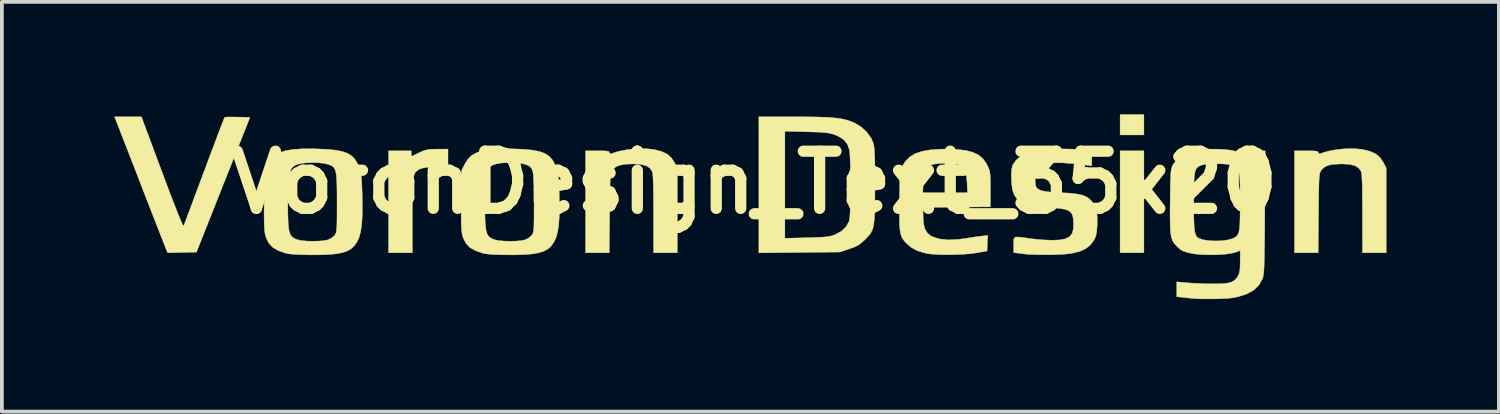
<source format=kicad_pcb>
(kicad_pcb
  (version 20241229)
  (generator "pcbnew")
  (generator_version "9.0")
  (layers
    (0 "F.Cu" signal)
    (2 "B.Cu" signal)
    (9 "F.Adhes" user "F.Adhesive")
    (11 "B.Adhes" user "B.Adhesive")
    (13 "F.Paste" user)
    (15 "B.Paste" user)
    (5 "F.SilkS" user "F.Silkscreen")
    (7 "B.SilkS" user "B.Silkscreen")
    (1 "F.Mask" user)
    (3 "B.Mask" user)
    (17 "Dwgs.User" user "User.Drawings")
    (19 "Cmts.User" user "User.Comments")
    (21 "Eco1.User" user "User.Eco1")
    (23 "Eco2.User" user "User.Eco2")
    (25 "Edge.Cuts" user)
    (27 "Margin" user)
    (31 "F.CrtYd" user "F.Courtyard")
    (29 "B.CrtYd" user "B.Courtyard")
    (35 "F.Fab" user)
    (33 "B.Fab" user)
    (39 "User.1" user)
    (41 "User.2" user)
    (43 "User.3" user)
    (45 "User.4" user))
  (footprint "VoronDesign_Text_35x20"
    (layer "F.Cu")
    (at 17.068 1.817)
    (property "Reference" "VoronDesign_Text_35x20" (at 0 0 0) (layer "F.SilkS") (effects (font (size 1.524 1.524) (thickness 0.3))))
    (attr through_hole)
    (fp_poly (pts (xy 10.39 -1.268) (xy 9.755 -1.268) (xy 9.755 -1.812) (xy 10.39 -1.812) (xy 10.39 -1.268)) (stroke (width 0.01) (type solid)) (fill yes) (layer "F.SilkS"))
    (fp_poly (pts (xy 10.39 1.873) (xy 9.755 1.873) (xy 9.755 -0.846) (xy 10.39 -0.846) (xy 10.39 1.873)) (stroke (width 0.01) (type solid)) (fill yes) (layer "F.SilkS"))
    (fp_poly (pts (xy -8.17 -0.438) (xy -8.502 -0.422) (xy -8.685 -0.409) (xy -8.817 -0.391) (xy -8.909 -0.364) (xy -8.935 -0.352) (xy -8.983 -0.324) (xy -9.021 -0.292) (xy -9.052 -0.25) (xy -9.076 -0.193) (xy -9.094 -0.113) (xy -9.106 -0.004) (xy -9.114 0.139) (xy -9.118 0.323) (xy -9.12 0.554) (xy -9.121 0.838) (xy -9.121 0.89) (xy -9.121 1.873) (xy -9.755 1.873) (xy -9.755 -0.846) (xy -9.151 -0.846) (xy -9.151 -0.768) (xy -9.144 -0.714) (xy -9.129 -0.701) (xy -8.977 -0.777) (xy -8.864 -0.829) (xy -8.772 -0.862) (xy -8.686 -0.88) (xy -8.591 -0.888) (xy -8.469 -0.89) (xy -8.457 -0.89) (xy -8.17 -0.891) (xy -8.17 -0.438)) (stroke (width 0.01) (type solid)) (fill yes) (layer "F.SilkS"))
    (fp_poly (pts (xy -2.683 -0.881) (xy -2.673 -0.879) (xy -2.473 -0.828) (xy -2.322 -0.756) (xy -2.21 -0.656) (xy -2.138 -0.546) (xy -2.054 -0.386) (xy -2.054 1.873) (xy -2.688 1.873) (xy -2.688 0.823) (xy -2.689 0.516) (xy -2.691 0.264) (xy -2.695 0.065) (xy -2.7 -0.087) (xy -2.707 -0.196) (xy -2.716 -0.267) (xy -2.726 -0.3) (xy -2.791 -0.388) (xy -2.888 -0.448) (xy -3.024 -0.483) (xy -3.208 -0.495) (xy -3.263 -0.495) (xy -3.451 -0.486) (xy -3.591 -0.461) (xy -3.694 -0.416) (xy -3.77 -0.348) (xy -3.798 -0.31) (xy -3.812 -0.284) (xy -3.824 -0.247) (xy -3.833 -0.195) (xy -3.84 -0.121) (xy -3.846 -0.018) (xy -3.851 0.119) (xy -3.854 0.298) (xy -3.857 0.523) (xy -3.86 0.803) (xy -3.86 0.822) (xy -3.869 1.873) (xy -4.5 1.873) (xy -4.5 -0.846) (xy -4.183 -0.846) (xy -4.04 -0.844) (xy -3.946 -0.84) (xy -3.893 -0.83) (xy -3.87 -0.814) (xy -3.866 -0.797) (xy -3.85 -0.764) (xy -3.813 -0.771) (xy -3.619 -0.832) (xy -3.387 -0.876) (xy -3.14 -0.901) (xy -2.898 -0.903) (xy -2.683 -0.881)) (stroke (width 0.01) (type solid)) (fill yes) (layer "F.SilkS"))
    (fp_poly (pts (xy 16.223 -0.881) (xy 16.234 -0.879) (xy 16.433 -0.828) (xy 16.584 -0.756) (xy 16.697 -0.656) (xy 16.769 -0.546) (xy 16.853 -0.386) (xy 16.853 1.873) (xy 16.219 1.873) (xy 16.218 0.823) (xy 16.217 0.516) (xy 16.215 0.264) (xy 16.212 0.065) (xy 16.206 -0.087) (xy 16.199 -0.196) (xy 16.19 -0.267) (xy 16.18 -0.3) (xy 16.115 -0.388) (xy 16.018 -0.448) (xy 15.882 -0.483) (xy 15.699 -0.495) (xy 15.644 -0.495) (xy 15.455 -0.486) (xy 15.315 -0.461) (xy 15.213 -0.416) (xy 15.137 -0.348) (xy 15.109 -0.31) (xy 15.095 -0.284) (xy 15.083 -0.247) (xy 15.074 -0.195) (xy 15.066 -0.121) (xy 15.06 -0.018) (xy 15.056 0.119) (xy 15.053 0.298) (xy 15.05 0.523) (xy 15.047 0.803) (xy 15.047 0.822) (xy 15.038 1.873) (xy 14.406 1.873) (xy 14.406 -0.846) (xy 14.724 -0.846) (xy 14.867 -0.844) (xy 14.96 -0.84) (xy 15.013 -0.83) (xy 15.037 -0.814) (xy 15.041 -0.797) (xy 15.056 -0.764) (xy 15.094 -0.771) (xy 15.288 -0.832) (xy 15.519 -0.876) (xy 15.767 -0.901) (xy 16.008 -0.903) (xy 16.223 -0.881)) (stroke (width 0.01) (type solid)) (fill yes) (layer "F.SilkS"))
    (fp_poly (pts (xy -15.793 -0.269) (xy -15.656 0.097) (xy -15.538 0.408) (xy -15.439 0.663) (xy -15.359 0.864) (xy -15.298 1.013) (xy -15.254 1.11) (xy -15.227 1.156) (xy -15.219 1.158) (xy -15.204 1.119) (xy -15.171 1.03) (xy -15.12 0.895) (xy -15.055 0.721) (xy -14.977 0.512) (xy -14.889 0.275) (xy -14.792 0.016) (xy -14.688 -0.261) (xy -14.669 -0.311) (xy -14.566 -0.589) (xy -14.468 -0.849) (xy -14.379 -1.086) (xy -14.3 -1.295) (xy -14.233 -1.47) (xy -14.181 -1.605) (xy -14.145 -1.697) (xy -14.128 -1.738) (xy -14.127 -1.739) (xy -14.093 -1.744) (xy -14.011 -1.747) (xy -13.895 -1.747) (xy -13.782 -1.745) (xy -13.451 -1.737) (xy -14.165 0.06) (xy -14.878 1.857) (xy -15.263 1.866) (xy -15.647 1.874) (xy -15.692 1.768) (xy -15.711 1.72) (xy -15.749 1.621) (xy -15.806 1.478) (xy -15.877 1.294) (xy -15.962 1.077) (xy -16.058 0.831) (xy -16.163 0.562) (xy -16.274 0.276) (xy -16.337 0.113) (xy -16.451 -0.182) (xy -16.561 -0.465) (xy -16.664 -0.729) (xy -16.757 -0.969) (xy -16.839 -1.179) (xy -16.907 -1.353) (xy -16.958 -1.485) (xy -16.991 -1.57) (xy -17 -1.593) (xy -17.063 -1.752) (xy -16.346 -1.752) (xy -15.793 -0.269)) (stroke (width 0.01) (type solid)) (fill yes) (layer "F.SilkS"))
    (fp_poly (pts (xy 1.408 -1.751) (xy 1.675 -1.747) (xy 1.896 -1.74) (xy 2.079 -1.729) (xy 2.231 -1.713) (xy 2.36 -1.692) (xy 2.473 -1.664) (xy 2.577 -1.629) (xy 2.68 -1.586) (xy 2.849 -1.483) (xy 2.999 -1.343) (xy 3.114 -1.183) (xy 3.161 -1.079) (xy 3.177 -1.03) (xy 3.189 -0.974) (xy 3.199 -0.905) (xy 3.206 -0.816) (xy 3.211 -0.699) (xy 3.214 -0.548) (xy 3.216 -0.355) (xy 3.216 -0.113) (xy 3.217 0.06) (xy 3.216 0.361) (xy 3.214 0.609) (xy 3.21 0.809) (xy 3.202 0.969) (xy 3.188 1.096) (xy 3.169 1.197) (xy 3.142 1.278) (xy 3.106 1.345) (xy 3.061 1.407) (xy 3.004 1.469) (xy 2.96 1.515) (xy 2.863 1.605) (xy 2.776 1.669) (xy 2.677 1.719) (xy 2.541 1.768) (xy 2.535 1.77) (xy 2.28 1.855) (xy 1.201 1.866) (xy 0.121 1.877) (xy 0.121 1.487) (xy 0.815 1.487) (xy 1.397 1.473) (xy 1.607 1.467) (xy 1.768 1.46) (xy 1.89 1.452) (xy 1.983 1.44) (xy 2.058 1.423) (xy 2.126 1.402) (xy 2.146 1.394) (xy 2.318 1.303) (xy 2.447 1.181) (xy 2.526 1.037) (xy 2.534 1.012) (xy 2.544 0.942) (xy 2.553 0.822) (xy 2.559 0.662) (xy 2.564 0.473) (xy 2.566 0.264) (xy 2.567 0.046) (xy 2.566 -0.172) (xy 2.562 -0.378) (xy 2.557 -0.563) (xy 2.55 -0.717) (xy 2.541 -0.829) (xy 2.535 -0.874) (xy 2.482 -1.021) (xy 2.391 -1.136) (xy 2.253 -1.227) (xy 2.159 -1.268) (xy 2.089 -1.293) (xy 2.017 -1.311) (xy 1.933 -1.325) (xy 1.827 -1.335) (xy 1.687 -1.343) (xy 1.503 -1.349) (xy 1.397 -1.352) (xy 0.815 -1.367) (xy 0.815 1.487) (xy 0.121 1.487) (xy 0.121 -1.752) (xy 1.089 -1.752) (xy 1.408 -1.751)) (stroke (width 0.01) (type solid)) (fill yes) (layer "F.SilkS"))
    (fp_poly (pts (xy 5.405 -0.882) (xy 5.639 -0.855) (xy 5.828 -0.806) (xy 5.978 -0.734) (xy 6.096 -0.635) (xy 6.188 -0.507) (xy 6.211 -0.462) (xy 6.244 -0.393) (xy 6.267 -0.332) (xy 6.282 -0.267) (xy 6.291 -0.186) (xy 6.296 -0.077) (xy 6.297 0.074) (xy 6.297 0.181) (xy 6.297 0.649) (xy 5.399 0.657) (xy 4.5 0.665) (xy 4.501 0.899) (xy 4.513 1.095) (xy 4.55 1.242) (xy 4.618 1.351) (xy 4.718 1.43) (xy 4.746 1.444) (xy 4.932 1.505) (xy 5.162 1.53) (xy 5.434 1.518) (xy 5.618 1.493) (xy 5.767 1.47) (xy 5.912 1.448) (xy 6.03 1.433) (xy 6.08 1.427) (xy 6.225 1.413) (xy 6.207 1.827) (xy 5.92 1.877) (xy 5.744 1.901) (xy 5.536 1.917) (xy 5.311 1.925) (xy 5.085 1.927) (xy 4.874 1.921) (xy 4.693 1.907) (xy 4.572 1.888) (xy 4.358 1.825) (xy 4.187 1.735) (xy 4.045 1.611) (xy 4.039 1.605) (xy 3.989 1.545) (xy 3.949 1.487) (xy 3.918 1.421) (xy 3.896 1.341) (xy 3.881 1.239) (xy 3.872 1.107) (xy 3.869 0.937) (xy 3.869 0.721) (xy 3.871 0.468) (xy 3.874 0.272) (xy 4.493 0.272) (xy 5.685 0.272) (xy 5.673 0.004) (xy 5.657 -0.17) (xy 5.628 -0.296) (xy 5.578 -0.384) (xy 5.504 -0.444) (xy 5.45 -0.471) (xy 5.354 -0.495) (xy 5.22 -0.509) (xy 5.069 -0.513) (xy 4.92 -0.507) (xy 4.796 -0.49) (xy 4.733 -0.472) (xy 4.641 -0.425) (xy 4.578 -0.368) (xy 4.539 -0.288) (xy 4.517 -0.172) (xy 4.505 -0.013) (xy 4.493 0.272) (xy 3.874 0.272) (xy 3.875 0.225) (xy 3.878 0.035) (xy 3.883 -0.11) (xy 3.89 -0.218) (xy 3.899 -0.297) (xy 3.91 -0.354) (xy 3.925 -0.397) (xy 3.937 -0.423) (xy 4.032 -0.569) (xy 4.148 -0.684) (xy 4.293 -0.771) (xy 4.471 -0.832) (xy 4.692 -0.871) (xy 4.96 -0.889) (xy 5.119 -0.891) (xy 5.405 -0.882)) (stroke (width 0.01) (type solid)) (fill yes) (layer "F.SilkS"))
    (fp_poly (pts (xy 8.408 -0.892) (xy 8.58 -0.884) (xy 8.732 -0.875) (xy 8.853 -0.867) (xy 8.933 -0.859) (xy 8.959 -0.855) (xy 8.984 -0.821) (xy 8.998 -0.737) (xy 9 -0.642) (xy 9 -0.445) (xy 8.857 -0.464) (xy 8.513 -0.503) (xy 8.225 -0.524) (xy 7.989 -0.527) (xy 7.803 -0.51) (xy 7.664 -0.474) (xy 7.57 -0.419) (xy 7.52 -0.347) (xy 7.502 -0.266) (xy 7.492 -0.154) (xy 7.491 -0.036) (xy 7.499 0.064) (xy 7.509 0.104) (xy 7.542 0.156) (xy 7.602 0.195) (xy 7.695 0.226) (xy 7.829 0.248) (xy 8.011 0.263) (xy 8.185 0.272) (xy 8.415 0.285) (xy 8.595 0.305) (xy 8.734 0.333) (xy 8.841 0.374) (xy 8.927 0.429) (xy 9.002 0.503) (xy 9.008 0.51) (xy 9.08 0.621) (xy 9.126 0.755) (xy 9.146 0.923) (xy 9.144 1.137) (xy 9.144 1.138) (xy 9.133 1.284) (xy 9.117 1.39) (xy 9.09 1.474) (xy 9.05 1.55) (xy 8.957 1.671) (xy 8.833 1.767) (xy 8.672 1.839) (xy 8.469 1.889) (xy 8.219 1.918) (xy 7.917 1.929) (xy 7.825 1.928) (xy 7.655 1.926) (xy 7.5 1.923) (xy 7.373 1.919) (xy 7.287 1.915) (xy 7.264 1.913) (xy 7.173 1.902) (xy 7.065 1.888) (xy 7.045 1.886) (xy 6.916 1.869) (xy 6.916 1.659) (xy 6.916 1.571) (xy 6.92 1.509) (xy 6.939 1.472) (xy 6.98 1.455) (xy 7.054 1.454) (xy 7.168 1.468) (xy 7.333 1.492) (xy 7.354 1.495) (xy 7.527 1.516) (xy 7.72 1.531) (xy 7.899 1.539) (xy 7.943 1.54) (xy 8.148 1.531) (xy 8.301 1.501) (xy 8.408 1.446) (xy 8.475 1.36) (xy 8.508 1.24) (xy 8.514 1.117) (xy 8.507 0.984) (xy 8.489 0.881) (xy 8.45 0.805) (xy 8.385 0.751) (xy 8.286 0.715) (xy 8.144 0.691) (xy 7.954 0.674) (xy 7.816 0.667) (xy 7.57 0.65) (xy 7.376 0.624) (xy 7.226 0.586) (xy 7.111 0.533) (xy 7.023 0.46) (xy 6.953 0.364) (xy 6.913 0.287) (xy 6.886 0.195) (xy 6.867 0.067) (xy 6.856 -0.079) (xy 6.855 -0.226) (xy 6.864 -0.355) (xy 6.883 -0.447) (xy 6.89 -0.463) (xy 6.982 -0.597) (xy 7.111 -0.705) (xy 7.279 -0.788) (xy 7.491 -0.847) (xy 7.749 -0.884) (xy 8.058 -0.898) (xy 8.408 -0.892)) (stroke (width 0.01) (type solid)) (fill yes) (layer "F.SilkS"))
    (fp_poly (pts (xy -11.673 -0.897) (xy -11.394 -0.885) (xy -11.167 -0.863) (xy -10.986 -0.827) (xy -10.844 -0.776) (xy -10.733 -0.705) (xy -10.647 -0.611) (xy -10.578 -0.493) (xy -10.54 -0.402) (xy -10.515 -0.331) (xy -10.497 -0.257) (xy -10.483 -0.169) (xy -10.473 -0.056) (xy -10.466 0.093) (xy -10.459 0.289) (xy -10.457 0.347) (xy -10.453 0.661) (xy -10.458 0.921) (xy -10.473 1.136) (xy -10.5 1.311) (xy -10.538 1.454) (xy -10.589 1.572) (xy -10.591 1.574) (xy -10.659 1.678) (xy -10.743 1.76) (xy -10.849 1.824) (xy -10.984 1.871) (xy -11.156 1.903) (xy -11.37 1.922) (xy -11.635 1.93) (xy -11.794 1.931) (xy -12.056 1.927) (xy -12.261 1.918) (xy -12.412 1.903) (xy -12.497 1.886) (xy -12.695 1.818) (xy -12.843 1.731) (xy -12.949 1.619) (xy -13.021 1.473) (xy -13.035 1.428) (xy -13.05 1.367) (xy -13.061 1.292) (xy -13.068 1.194) (xy -13.073 1.065) (xy -13.075 0.899) (xy -13.074 0.686) (xy -13.072 0.523) (xy -12.442 0.523) (xy -12.442 0.555) (xy -12.44 0.811) (xy -12.435 1.013) (xy -12.425 1.169) (xy -12.408 1.286) (xy -12.382 1.371) (xy -12.345 1.432) (xy -12.295 1.475) (xy -12.23 1.508) (xy -12.183 1.526) (xy -12.084 1.548) (xy -11.945 1.561) (xy -11.784 1.566) (xy -11.623 1.563) (xy -11.479 1.551) (xy -11.374 1.53) (xy -11.28 1.485) (xy -11.202 1.42) (xy -11.193 1.41) (xy -11.174 1.381) (xy -11.159 1.349) (xy -11.147 1.304) (xy -11.14 1.241) (xy -11.134 1.151) (xy -11.131 1.026) (xy -11.13 0.858) (xy -11.13 0.641) (xy -11.129 0.549) (xy -11.13 0.286) (xy -11.133 0.076) (xy -11.139 -0.087) (xy -11.15 -0.21) (xy -11.167 -0.3) (xy -11.191 -0.364) (xy -11.222 -0.409) (xy -11.263 -0.441) (xy -11.306 -0.463) (xy -11.429 -0.501) (xy -11.593 -0.524) (xy -11.779 -0.532) (xy -11.969 -0.522) (xy -12.018 -0.517) (xy -12.133 -0.497) (xy -12.226 -0.469) (xy -12.299 -0.424) (xy -12.353 -0.358) (xy -12.392 -0.264) (xy -12.418 -0.134) (xy -12.433 0.036) (xy -12.44 0.253) (xy -12.442 0.523) (xy -13.072 0.523) (xy -13.072 0.474) (xy -13.062 -0.322) (xy -12.971 -0.501) (xy -12.894 -0.622) (xy -12.795 -0.719) (xy -12.669 -0.793) (xy -12.51 -0.846) (xy -12.312 -0.881) (xy -12.068 -0.898) (xy -11.773 -0.899) (xy -11.673 -0.897)) (stroke (width 0.01) (type solid)) (fill yes) (layer "F.SilkS"))
    (fp_poly (pts (xy -6.418 -0.897) (xy -6.138 -0.885) (xy -5.912 -0.863) (xy -5.731 -0.827) (xy -5.589 -0.776) (xy -5.478 -0.705) (xy -5.392 -0.611) (xy -5.323 -0.493) (xy -5.285 -0.402) (xy -5.26 -0.331) (xy -5.242 -0.257) (xy -5.228 -0.169) (xy -5.218 -0.056) (xy -5.21 0.093) (xy -5.204 0.289) (xy -5.202 0.347) (xy -5.198 0.661) (xy -5.203 0.921) (xy -5.218 1.136) (xy -5.245 1.311) (xy -5.283 1.454) (xy -5.334 1.572) (xy -5.336 1.574) (xy -5.404 1.678) (xy -5.487 1.76) (xy -5.594 1.824) (xy -5.729 1.871) (xy -5.901 1.903) (xy -6.115 1.922) (xy -6.379 1.93) (xy -6.539 1.931) (xy -6.801 1.927) (xy -7.005 1.918) (xy -7.156 1.903) (xy -7.242 1.886) (xy -7.44 1.818) (xy -7.588 1.731) (xy -7.694 1.619) (xy -7.766 1.473) (xy -7.78 1.428) (xy -7.794 1.367) (xy -7.805 1.292) (xy -7.813 1.194) (xy -7.818 1.065) (xy -7.819 0.899) (xy -7.819 0.686) (xy -7.817 0.523) (xy -7.187 0.523) (xy -7.187 0.555) (xy -7.185 0.811) (xy -7.18 1.013) (xy -7.17 1.169) (xy -7.153 1.286) (xy -7.127 1.371) (xy -7.089 1.432) (xy -7.039 1.475) (xy -6.975 1.508) (xy -6.928 1.526) (xy -6.829 1.548) (xy -6.69 1.561) (xy -6.529 1.566) (xy -6.367 1.563) (xy -6.223 1.551) (xy -6.119 1.53) (xy -6.025 1.485) (xy -5.947 1.42) (xy -5.938 1.41) (xy -5.919 1.381) (xy -5.903 1.349) (xy -5.892 1.304) (xy -5.884 1.241) (xy -5.879 1.151) (xy -5.876 1.026) (xy -5.875 0.858) (xy -5.874 0.641) (xy -5.874 0.549) (xy -5.875 0.286) (xy -5.878 0.076) (xy -5.884 -0.087) (xy -5.895 -0.21) (xy -5.912 -0.3) (xy -5.935 -0.364) (xy -5.967 -0.409) (xy -6.008 -0.441) (xy -6.051 -0.463) (xy -6.174 -0.501) (xy -6.337 -0.524) (xy -6.524 -0.532) (xy -6.714 -0.522) (xy -6.762 -0.517) (xy -6.878 -0.497) (xy -6.971 -0.469) (xy -7.044 -0.424) (xy -7.098 -0.358) (xy -7.137 -0.264) (xy -7.163 -0.134) (xy -7.178 0.036) (xy -7.185 0.253) (xy -7.187 0.523) (xy -7.817 0.523) (xy -7.817 0.474) (xy -7.807 -0.322) (xy -7.716 -0.501) (xy -7.638 -0.622) (xy -7.54 -0.719) (xy -7.414 -0.793) (xy -7.255 -0.846) (xy -7.056 -0.881) (xy -6.813 -0.898) (xy -6.518 -0.899) (xy -6.418 -0.897)) (stroke (width 0.01) (type solid)) (fill yes) (layer "F.SilkS"))
    (fp_poly (pts (xy 12.535 -0.881) (xy 12.7 -0.863) (xy 12.821 -0.836) (xy 12.914 -0.811) (xy 12.971 -0.808) (xy 12.982 -0.816) (xy 13.015 -0.829) (xy 13.096 -0.839) (xy 13.214 -0.844) (xy 13.308 -0.846) (xy 13.624 -0.846) (xy 13.614 0.793) (xy 13.612 1.153) (xy 13.61 1.458) (xy 13.607 1.713) (xy 13.604 1.923) (xy 13.6 2.092) (xy 13.596 2.227) (xy 13.591 2.332) (xy 13.584 2.413) (xy 13.576 2.474) (xy 13.567 2.52) (xy 13.556 2.557) (xy 13.551 2.57) (xy 13.458 2.736) (xy 13.319 2.871) (xy 13.132 2.975) (xy 12.893 3.049) (xy 12.723 3.08) (xy 12.611 3.091) (xy 12.457 3.099) (xy 12.277 3.104) (xy 12.089 3.105) (xy 11.912 3.104) (xy 11.762 3.098) (xy 11.673 3.091) (xy 11.589 3.081) (xy 11.478 3.069) (xy 11.424 3.063) (xy 11.265 3.046) (xy 11.265 2.65) (xy 11.575 2.677) (xy 11.738 2.688) (xy 11.933 2.696) (xy 12.133 2.702) (xy 12.262 2.703) (xy 12.46 2.699) (xy 12.608 2.686) (xy 12.717 2.659) (xy 12.798 2.615) (xy 12.861 2.552) (xy 12.898 2.498) (xy 12.927 2.438) (xy 12.945 2.364) (xy 12.954 2.261) (xy 12.957 2.114) (xy 12.957 2.108) (xy 12.957 1.815) (xy 12.828 1.863) (xy 12.714 1.892) (xy 12.556 1.913) (xy 12.369 1.925) (xy 12.168 1.93) (xy 11.968 1.925) (xy 11.787 1.911) (xy 11.638 1.887) (xy 11.637 1.887) (xy 11.508 1.855) (xy 11.417 1.82) (xy 11.345 1.773) (xy 11.276 1.71) (xy 11.223 1.653) (xy 11.18 1.597) (xy 11.147 1.534) (xy 11.122 1.457) (xy 11.105 1.359) (xy 11.094 1.233) (xy 11.089 1.07) (xy 11.087 0.865) (xy 11.089 0.61) (xy 11.09 0.523) (xy 11.718 0.523) (xy 11.719 0.784) (xy 11.723 0.99) (xy 11.73 1.15) (xy 11.741 1.27) (xy 11.758 1.357) (xy 11.781 1.417) (xy 11.811 1.458) (xy 11.849 1.486) (xy 11.85 1.486) (xy 11.961 1.525) (xy 12.112 1.55) (xy 12.285 1.559) (xy 12.461 1.554) (xy 12.622 1.533) (xy 12.75 1.498) (xy 12.77 1.489) (xy 12.824 1.46) (xy 12.866 1.429) (xy 12.898 1.387) (xy 12.921 1.328) (xy 12.937 1.244) (xy 12.948 1.128) (xy 12.953 0.973) (xy 12.956 0.772) (xy 12.956 0.519) (xy 12.956 0.262) (xy 12.953 0.058) (xy 12.947 -0.099) (xy 12.936 -0.217) (xy 12.919 -0.302) (xy 12.895 -0.362) (xy 12.862 -0.404) (xy 12.818 -0.434) (xy 12.769 -0.456) (xy 12.682 -0.478) (xy 12.552 -0.492) (xy 12.397 -0.499) (xy 12.236 -0.498) (xy 12.086 -0.489) (xy 11.965 -0.473) (xy 11.903 -0.455) (xy 11.85 -0.429) (xy 11.808 -0.396) (xy 11.776 -0.348) (xy 11.753 -0.279) (xy 11.737 -0.183) (xy 11.727 -0.051) (xy 11.721 0.122) (xy 11.719 0.345) (xy 11.718 0.523) (xy 11.09 0.523) (xy 11.09 0.489) (xy 11.093 0.241) (xy 11.096 0.046) (xy 11.1 -0.104) (xy 11.105 -0.217) (xy 11.113 -0.3) (xy 11.123 -0.361) (xy 11.136 -0.407) (xy 11.153 -0.447) (xy 11.166 -0.473) (xy 11.286 -0.634) (xy 11.452 -0.757) (xy 11.638 -0.834) (xy 11.772 -0.862) (xy 11.945 -0.88) (xy 12.14 -0.89) (xy 12.343 -0.89) (xy 12.535 -0.881)) (stroke (width 0.01) (type solid)) (fill yes) (layer "F.SilkS")))
  (gr_rect
    (start -3 -3)
    (end 36.926 7.928)
    (stroke (width 0.1) (type default))
    (fill no)
    (layer "Edge.Cuts")))
</source>
